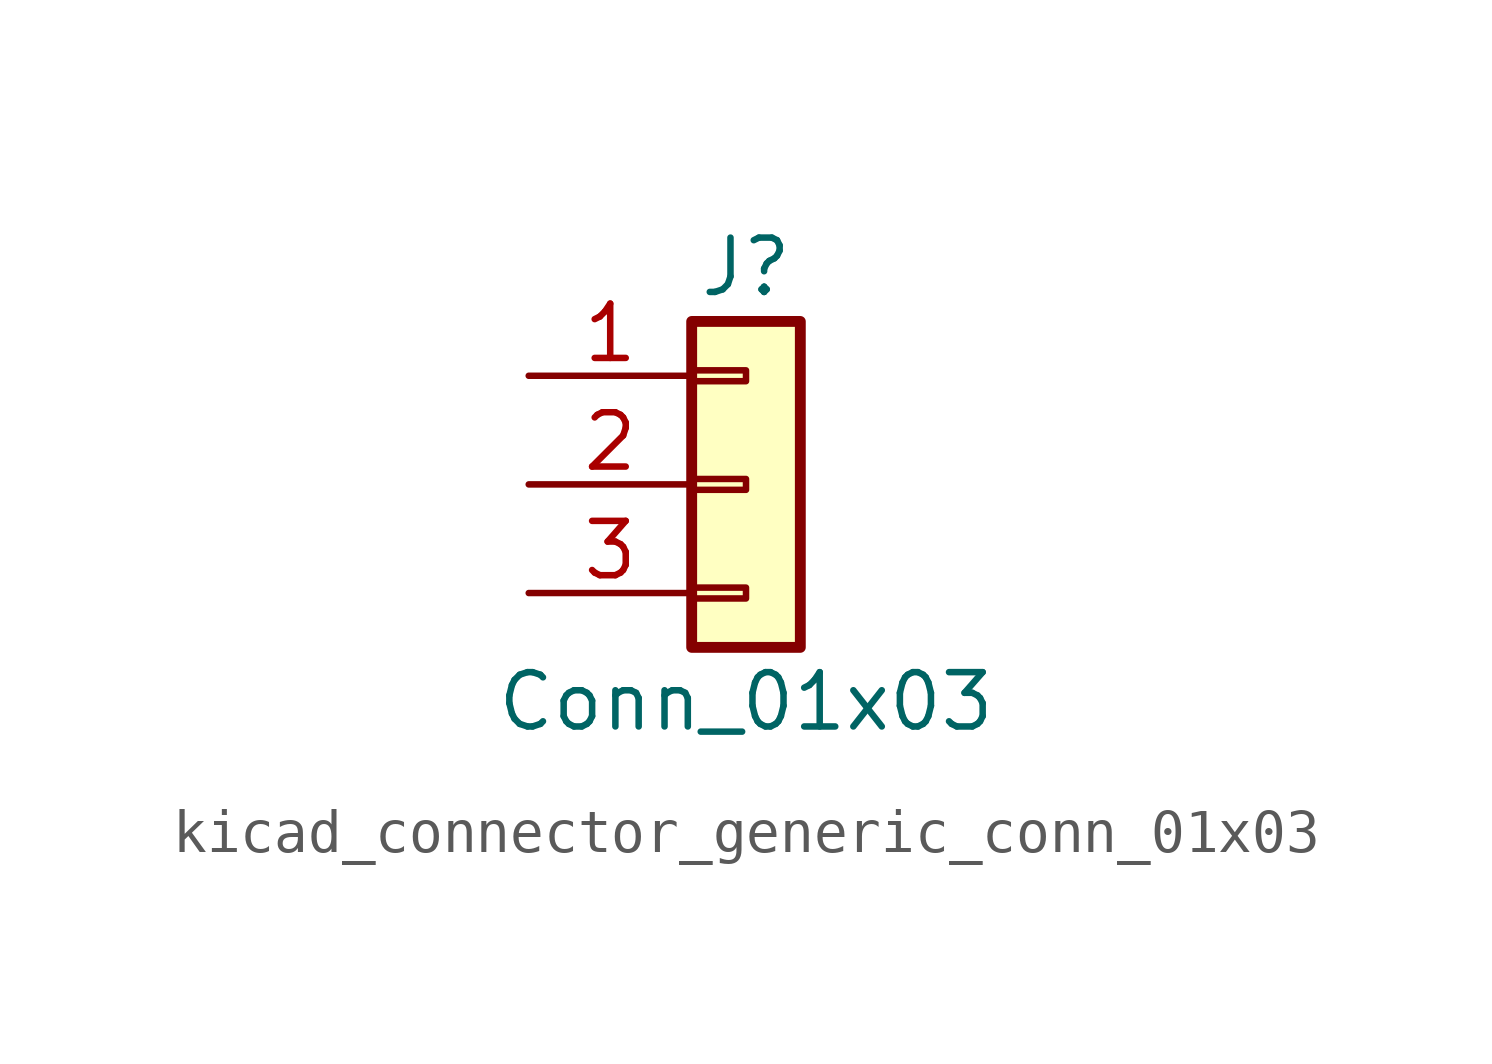
<source format=kicad_sym>
(kicad_symbol_lib
  (version 20220914)
  (generator kicad_symbol_editor)
  (symbol "kicad_connector_generic_conn_01x03"
    (pin_names
      (offset 1.016) hide)
    (property "Reference" "J"
      (at 0 5.08 0)
      (effects (font (size 1.27 1.27))))
    (property "Value" "Conn_01x03"
      (at 0 -5.08 0)
      (effects (font (size 1.27 1.27))))
    (symbol "kicad_connector_generic_conn_01x03_1_1"
      (rectangle (start -1.27 -2.413) (end 0 -2.667) (stroke (width 0.152) (type default)) (fill (type none)))
      (rectangle (start -1.27 0.127) (end 0 -0.127) (stroke (width 0.152) (type default)) (fill (type none)))
      (rectangle (start -1.27 2.667) (end 0 2.413) (stroke (width 0.152) (type default)) (fill (type none)))
      (rectangle (start -1.27 3.81) (end 1.27 -3.81) (stroke (width 0.254) (type default)) (fill (type background)))
      (pin passive line (at -5.08 2.54 0) (length 3.81) (name "Pin_1" (effects (font (size 1.27 1.27)))) (number "1" (effects (font (size 1.27 1.27)))))
      (pin passive line (at -5.08 0 0) (length 3.81) (name "Pin_2" (effects (font (size 1.27 1.27)))) (number "2" (effects (font (size 1.27 1.27)))))
      (pin passive line (at -5.08 -2.54 0) (length 3.81) (name "Pin_3" (effects (font (size 1.27 1.27)))) (number "3" (effects (font (size 1.27 1.27))))))))
</source>
